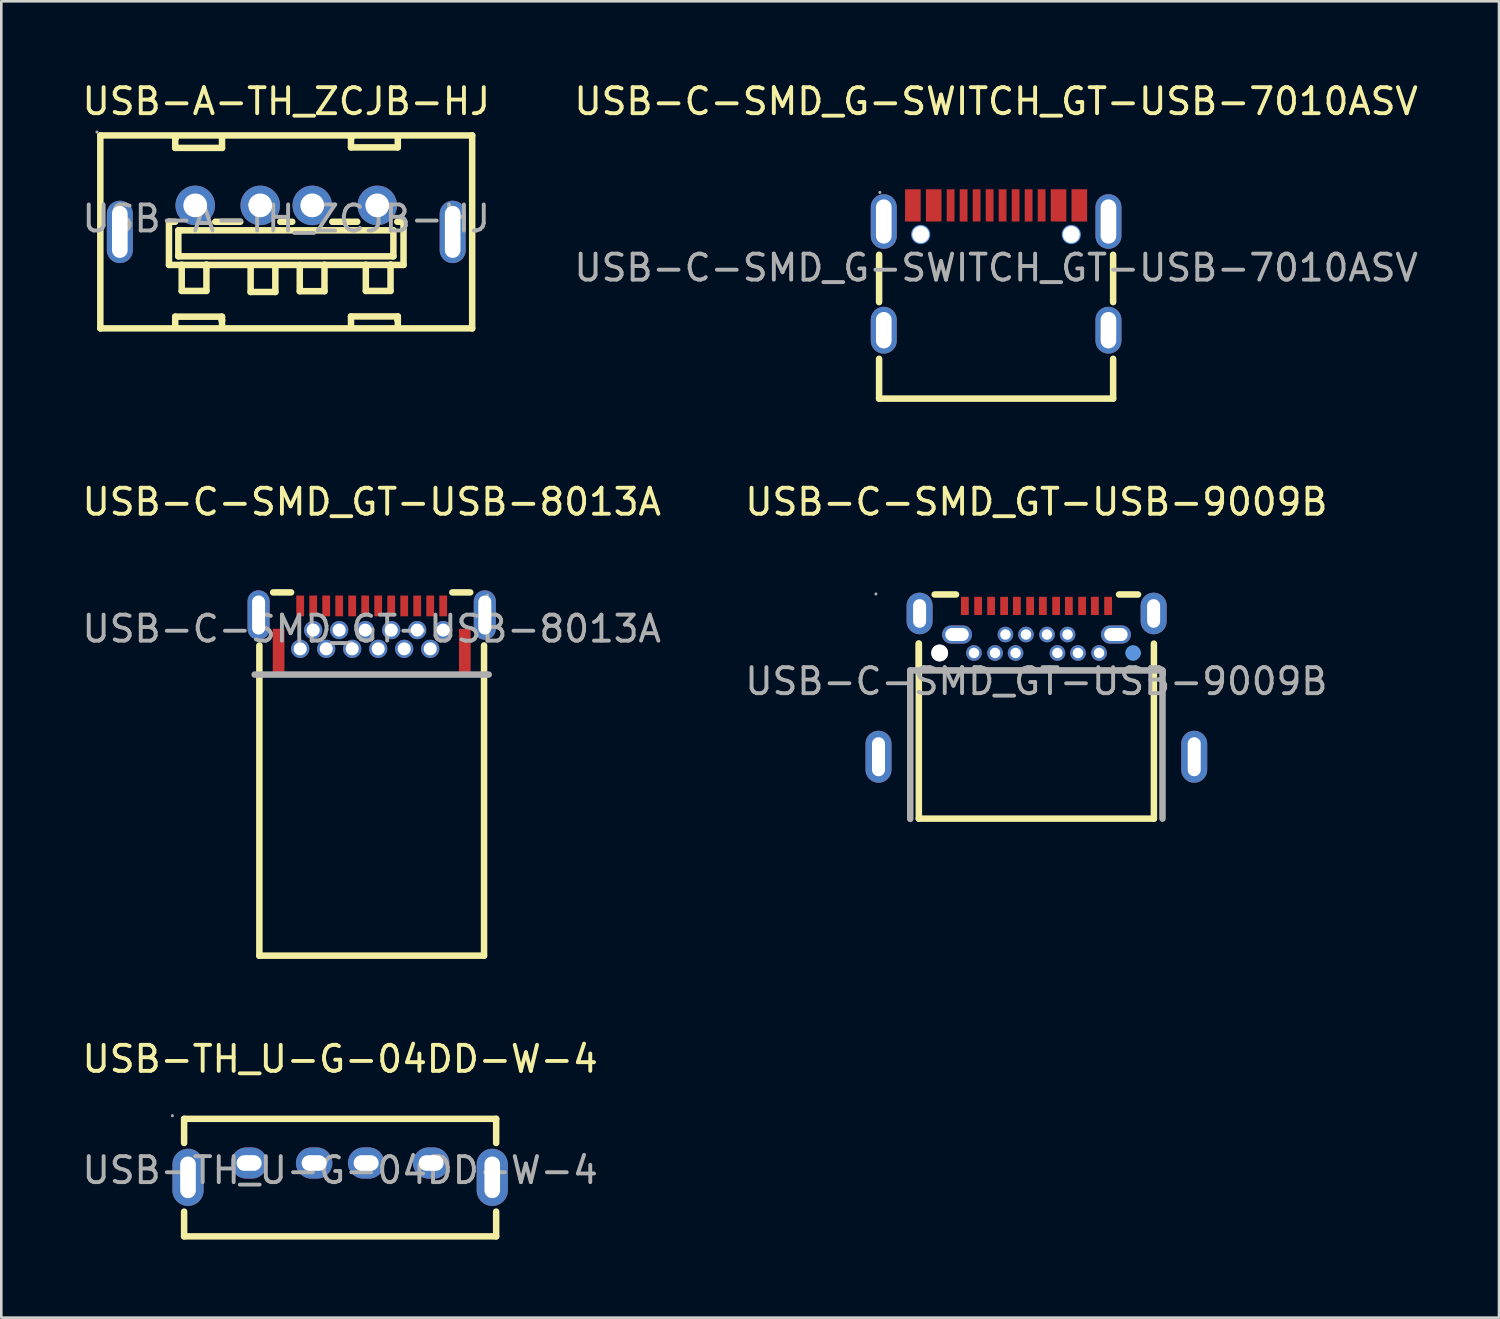
<source format=kicad_pcb>
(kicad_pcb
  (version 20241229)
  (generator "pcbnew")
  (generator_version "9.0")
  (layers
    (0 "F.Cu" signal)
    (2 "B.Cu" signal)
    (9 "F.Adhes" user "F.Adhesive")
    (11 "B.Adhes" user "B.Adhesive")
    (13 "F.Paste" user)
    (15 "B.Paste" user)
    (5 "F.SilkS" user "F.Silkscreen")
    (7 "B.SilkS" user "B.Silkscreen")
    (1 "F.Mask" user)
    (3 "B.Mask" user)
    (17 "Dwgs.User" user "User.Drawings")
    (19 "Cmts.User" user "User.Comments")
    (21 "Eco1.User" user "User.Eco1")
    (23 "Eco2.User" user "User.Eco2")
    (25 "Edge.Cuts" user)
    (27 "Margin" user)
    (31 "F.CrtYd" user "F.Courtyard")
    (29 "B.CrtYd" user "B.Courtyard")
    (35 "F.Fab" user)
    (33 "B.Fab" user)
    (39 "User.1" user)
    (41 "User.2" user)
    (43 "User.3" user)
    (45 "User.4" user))
  (footprint "USB-A-TH_ZCJB-HJ"
    (layer "F.Cu")
    (at 7.958 5.358)
    (property "Reference" "USB-A-TH_ZCJB-HJ" (at 0 -4.51 0) (layer "F.SilkS") (effects (font (size 1 1) (thickness 0.15))))
    (attr through_hole)
    (fp_line (start -7.15 -3.2) (end 7.15 -3.2) (stroke (width 0.25) (type solid)) (layer "F.SilkS"))
    (fp_line (start -7.15 4.22) (end -7.15 -3.2) (stroke (width 0.25) (type solid)) (layer "F.SilkS"))
    (fp_line (start -7.15 4.22) (end 7.15 4.22) (stroke (width 0.25) (type solid)) (layer "F.SilkS"))
    (fp_line (start -4.51 0.12) (end -4.27 0.12) (stroke (width 0.25) (type solid)) (layer "F.SilkS"))
    (fp_line (start -4.51 1.78) (end -4.51 0.12) (stroke (width 0.25) (type solid)) (layer "F.SilkS"))
    (fp_line (start -4.27 -3.09) (end -4.26 -3.09) (stroke (width 0.25) (type solid)) (layer "F.SilkS"))
    (fp_line (start -4.27 -2.72) (end -4.27 -3.09) (stroke (width 0.25) (type solid)) (layer "F.SilkS"))
    (fp_line (start -4.27 3.77) (end -2.47 3.77) (stroke (width 0.25) (type solid)) (layer "F.SilkS"))
    (fp_line (start -4.27 4.11) (end -4.27 3.77) (stroke (width 0.25) (type solid)) (layer "F.SilkS"))
    (fp_line (start -4.26 -3.09) (end -4.27 -3.09) (stroke (width 0.25) (type solid)) (layer "F.SilkS"))
    (fp_line (start -4.15 0.45) (end -4.07 0.45) (stroke (width 0.25) (type solid)) (layer "F.SilkS"))
    (fp_line (start -4.15 1.45) (end -4.15 0.45) (stroke (width 0.25) (type solid)) (layer "F.SilkS"))
    (fp_line (start -4.06 0.45) (end 4.12 0.45) (stroke (width 0.25) (type solid)) (layer "F.SilkS"))
    (fp_line (start -4.02 2.78) (end -4.02 1.77) (stroke (width 0.25) (type solid)) (layer "F.SilkS"))
    (fp_line (start -3.07 1.76) (end -3.07 2.78) (stroke (width 0.25) (type solid)) (layer "F.SilkS"))
    (fp_line (start -3.07 2.78) (end -4.02 2.78) (stroke (width 0.25) (type solid)) (layer "F.SilkS"))
    (fp_line (start -2.73 0.12) (end -1.77 0.12) (stroke (width 0.25) (type solid)) (layer "F.SilkS"))
    (fp_line (start -2.48 3.91) (end -2.47 3.91) (stroke (width 0.25) (type solid)) (layer "F.SilkS"))
    (fp_line (start -2.47 -3.06) (end -2.47 -2.72) (stroke (width 0.25) (type solid)) (layer "F.SilkS"))
    (fp_line (start -2.47 -2.72) (end -4.27 -2.72) (stroke (width 0.25) (type solid)) (layer "F.SilkS"))
    (fp_line (start -2.47 3.77) (end -2.47 4.14) (stroke (width 0.25) (type solid)) (layer "F.SilkS"))
    (fp_line (start -2.47 3.91) (end -2.48 3.91) (stroke (width 0.25) (type solid)) (layer "F.SilkS"))
    (fp_line (start -1.37 2.82) (end -1.37 1.81) (stroke (width 0.25) (type solid)) (layer "F.SilkS"))
    (fp_line (start -0.42 1.8) (end -0.42 2.82) (stroke (width 0.25) (type solid)) (layer "F.SilkS"))
    (fp_line (start -0.42 2.82) (end -1.37 2.82) (stroke (width 0.25) (type solid)) (layer "F.SilkS"))
    (fp_line (start -0.23 0.12) (end 0.23 0.12) (stroke (width 0.25) (type solid)) (layer "F.SilkS"))
    (fp_line (start 0.52 2.79) (end 0.52 1.78) (stroke (width 0.25) (type solid)) (layer "F.SilkS"))
    (fp_line (start 1.47 1.77) (end 1.47 2.79) (stroke (width 0.25) (type solid)) (layer "F.SilkS"))
    (fp_line (start 1.47 2.79) (end 0.52 2.79) (stroke (width 0.25) (type solid)) (layer "F.SilkS"))
    (fp_line (start 1.77 0.12) (end 2.73 0.12) (stroke (width 0.25) (type solid)) (layer "F.SilkS"))
    (fp_line (start 2.49 -3.11) (end 2.5 -3.11) (stroke (width 0.25) (type solid)) (layer "F.SilkS"))
    (fp_line (start 2.49 -2.74) (end 2.49 -3.11) (stroke (width 0.25) (type solid)) (layer "F.SilkS"))
    (fp_line (start 2.49 3.76) (end 4.29 3.76) (stroke (width 0.25) (type solid)) (layer "F.SilkS"))
    (fp_line (start 2.49 4.1) (end 2.49 3.76) (stroke (width 0.25) (type solid)) (layer "F.SilkS"))
    (fp_line (start 2.5 -3.11) (end 2.49 -3.11) (stroke (width 0.25) (type solid)) (layer "F.SilkS"))
    (fp_line (start 3.06 2.78) (end 3.06 1.77) (stroke (width 0.25) (type solid)) (layer "F.SilkS"))
    (fp_line (start 4.01 1.76) (end 4.01 2.78) (stroke (width 0.25) (type solid)) (layer "F.SilkS"))
    (fp_line (start 4.01 2.78) (end 3.06 2.78) (stroke (width 0.25) (type solid)) (layer "F.SilkS"))
    (fp_line (start 4.12 0.45) (end 4.12 1.45) (stroke (width 0.25) (type solid)) (layer "F.SilkS"))
    (fp_line (start 4.12 1.45) (end -4.15 1.45) (stroke (width 0.25) (type solid)) (layer "F.SilkS"))
    (fp_line (start 4.27 0.12) (end 4.51 0.12) (stroke (width 0.25) (type solid)) (layer "F.SilkS"))
    (fp_line (start 4.28 3.89) (end 4.29 3.89) (stroke (width 0.25) (type solid)) (layer "F.SilkS"))
    (fp_line (start 4.29 -3.08) (end 4.29 -2.74) (stroke (width 0.25) (type solid)) (layer "F.SilkS"))
    (fp_line (start 4.29 -2.74) (end 2.49 -2.74) (stroke (width 0.25) (type solid)) (layer "F.SilkS"))
    (fp_line (start 4.29 3.76) (end 4.29 4.13) (stroke (width 0.25) (type solid)) (layer "F.SilkS"))
    (fp_line (start 4.29 3.89) (end 4.28 3.89) (stroke (width 0.25) (type solid)) (layer "F.SilkS"))
    (fp_line (start 4.51 0.11) (end 4.51 1.78) (stroke (width 0.25) (type solid)) (layer "F.SilkS"))
    (fp_line (start 4.51 1.78) (end -4.51 1.78) (stroke (width 0.25) (type solid)) (layer "F.SilkS"))
    (fp_line (start 7.15 -3.2) (end 7.15 4.22) (stroke (width 0.25) (type solid)) (layer "F.SilkS"))
    (fp_circle (center -7.28 -3.33) (end -7.25 -3.33) (stroke (width 0.06) (type solid)) (fill no) (layer "F.Fab"))
    (fp_circle (center -3.5 -0.51) (end -3.32 -0.51) (stroke (width 0.36) (type solid)) (fill no) (layer "F.Fab"))
    (fp_circle (center -1 -0.51) (end -0.82 -0.51) (stroke (width 0.36) (type solid)) (fill no) (layer "F.Fab"))
    (fp_circle (center 1 -0.51) (end 1.18 -0.51) (stroke (width 0.36) (type solid)) (fill no) (layer "F.Fab"))
    (fp_circle (center 3.5 -0.51) (end 3.68 -0.51) (stroke (width 0.36) (type solid)) (fill no) (layer "F.Fab"))
    (fp_text user "${REFERENCE}" (at 0 0 0) (layer "F.Fab") (effects (font (size 1 1) (thickness 0.15))))
    (pad "1" thru_hole circle (at -3.5 -0.51) (size 1.52 1.52) (drill 0.914) (layers "*.Cu" "*.Mask"))
    (pad "2" thru_hole circle (at -1 -0.51) (size 1.52 1.52) (drill 0.914) (layers "*.Cu" "*.Mask"))
    (pad "3" thru_hole circle (at 1 -0.51) (size 1.52 1.52) (drill 0.914) (layers "*.Cu" "*.Mask"))
    (pad "4" thru_hole circle (at 3.5 -0.51) (size 1.52 1.52) (drill 0.914) (layers "*.Cu" "*.Mask"))
    (pad "5" thru_hole oval (at -6.4 0.51 270) (size 2.4 1) (drill oval 2 0.6) (layers "*.Cu" "*.Mask"))
    (pad "6" thru_hole oval (at 6.4 0.51 90) (size 2.4 1) (drill oval 2 0.6) (layers "*.Cu" "*.Mask")))
  (footprint "USB-C-SMD_GT-USB-8013A"
    (layer "F.Cu")
    (at 11.244 21.131)
    (property "Reference" "USB-C-SMD_GT-USB-8013A" (at 0 -4.88 0) (layer "F.SilkS") (effects (font (size 1 1) (thickness 0.15))))
    (attr smd)
    (fp_line (start -4.32 0.64) (end -4.32 12.57) (stroke (width 0.25) (type solid)) (layer "F.SilkS"))
    (fp_line (start -4.32 12.57) (end 4.32 12.57) (stroke (width 0.25) (type solid)) (layer "F.SilkS"))
    (fp_line (start -3.79 -1.4) (end -3.1 -1.4) (stroke (width 0.25) (type solid)) (layer "F.SilkS"))
    (fp_line (start 3.1 -1.4) (end 3.79 -1.4) (stroke (width 0.25) (type solid)) (layer "F.SilkS"))
    (fp_line (start 4.32 12.57) (end 4.32 0.64) (stroke (width 0.25) (type solid)) (layer "F.SilkS"))
    (fp_line (start 4.5 1.76) (end -4.5 1.76) (stroke (width 0.25) (type solid)) (layer "F.Fab"))
    (fp_circle (center 4.45 -1.29) (end 4.48 -1.29) (stroke (width 0.06) (type solid)) (fill no) (layer "F.Fab"))
    (fp_text user "${REFERENCE}" (at 0 0 0) (layer "F.Fab") (effects (font (size 1 1) (thickness 0.15))))
    (pad "2" thru_hole oval (at -4.35 -0.53) (size 0.85 1.9) (drill oval 0.5 1.5) (layers "*.Cu" "*.Mask"))
    (pad "2" smd rect (at -3.58 0.88) (size 0.45 1.76) (layers "F.Cu" "F.Mask" "F.Paste"))
    (pad "3" smd rect (at 3.58 0.88) (size 0.45 1.76) (layers "F.Cu" "F.Mask" "F.Paste"))
    (pad "3" thru_hole oval (at 4.35 -0.53) (size 0.85 1.9) (drill oval 0.5 1.5) (layers "*.Cu" "*.Mask"))
    (pad "A1" smd rect (at 2.75 -0.88) (size 0.3 0.8) (layers "F.Cu" "F.Mask" "F.Paste"))
    (pad "A2" smd rect (at 2.25 -0.88) (size 0.3 0.8) (layers "F.Cu" "F.Mask" "F.Paste"))
    (pad "A3" smd rect (at 1.75 -0.88) (size 0.3 0.8) (layers "F.Cu" "F.Mask" "F.Paste"))
    (pad "A4" smd rect (at 1.25 -0.88) (size 0.3 0.8) (layers "F.Cu" "F.Mask" "F.Paste"))
    (pad "A5" smd rect (at 0.75 -0.88) (size 0.3 0.8) (layers "F.Cu" "F.Mask" "F.Paste"))
    (pad "A6" smd rect (at 0.25 -0.88) (size 0.3 0.8) (layers "F.Cu" "F.Mask" "F.Paste"))
    (pad "A7" smd rect (at -0.25 -0.88) (size 0.3 0.8) (layers "F.Cu" "F.Mask" "F.Paste"))
    (pad "A8" smd rect (at -0.75 -0.88) (size 0.3 0.8) (layers "F.Cu" "F.Mask" "F.Paste"))
    (pad "A9" smd rect (at -1.25 -0.88) (size 0.3 0.8) (layers "F.Cu" "F.Mask" "F.Paste"))
    (pad "A10" smd rect (at -1.75 -0.88) (size 0.3 0.8) (layers "F.Cu" "F.Mask" "F.Paste"))
    (pad "A11" smd rect (at -2.25 -0.88) (size 0.3 0.8) (layers "F.Cu" "F.Mask" "F.Paste"))
    (pad "A12" smd rect (at -2.75 -0.88) (size 0.3 0.8) (layers "F.Cu" "F.Mask" "F.Paste"))
    (pad "B1" thru_hole circle (at -2.75 0.77) (size 0.7 0.7) (drill 0.5) (layers "*.Cu" "*.Mask"))
    (pad "B2" thru_hole circle (at -2.25 0.05) (size 0.7 0.7) (drill 0.5) (layers "*.Cu" "*.Mask"))
    (pad "B3" thru_hole circle (at -1.75 0.77) (size 0.7 0.7) (drill 0.5) (layers "*.Cu" "*.Mask"))
    (pad "B4" thru_hole circle (at -1.25 0.05) (size 0.7 0.7) (drill 0.5) (layers "*.Cu" "*.Mask"))
    (pad "B5" thru_hole circle (at -0.75 0.77) (size 0.7 0.7) (drill 0.5) (layers "*.Cu" "*.Mask"))
    (pad "B6" thru_hole circle (at -0.25 0.05) (size 0.7 0.7) (drill 0.5) (layers "*.Cu" "*.Mask"))
    (pad "B7" thru_hole circle (at 0.25 0.77) (size 0.7 0.7) (drill 0.5) (layers "*.Cu" "*.Mask"))
    (pad "B8" thru_hole circle (at 0.75 0.05) (size 0.7 0.7) (drill 0.5) (layers "*.Cu" "*.Mask"))
    (pad "B9" thru_hole circle (at 1.25 0.77) (size 0.7 0.7) (drill 0.5) (layers "*.Cu" "*.Mask"))
    (pad "B10" thru_hole circle (at 1.75 0.05) (size 0.7 0.7) (drill 0.5) (layers "*.Cu" "*.Mask"))
    (pad "B11" thru_hole circle (at 2.25 0.77) (size 0.7 0.7) (drill 0.5) (layers "*.Cu" "*.Mask"))
    (pad "B12" thru_hole circle (at 2.75 0.05) (size 0.7 0.7) (drill 0.5) (layers "*.Cu" "*.Mask")))
  (footprint "USB-TH_U-G-04DD-W-4"
    (layer "F.Cu")
    (at 10.03 41.955)
    (property "Reference" "USB-TH_U-G-04DD-W-4" (at 0 -4.28 0) (layer "F.SilkS") (effects (font (size 1 1) (thickness 0.15))))
    (attr through_hole)
    (fp_line (start -6 -1.98) (end -6 -1.05) (stroke (width 0.25) (type solid)) (layer "F.SilkS"))
    (fp_line (start -6 1.59) (end -6 2.54) (stroke (width 0.25) (type solid)) (layer "F.SilkS"))
    (fp_line (start 6 -1.98) (end -6 -1.98) (stroke (width 0.25) (type solid)) (layer "F.SilkS"))
    (fp_line (start 6 -1.98) (end 6 -1.05) (stroke (width 0.25) (type solid)) (layer "F.SilkS"))
    (fp_line (start 6 1.59) (end 6 2.54) (stroke (width 0.25) (type solid)) (layer "F.SilkS"))
    (fp_line (start 6 2.54) (end -6 2.54) (stroke (width 0.25) (type solid)) (layer "F.SilkS"))
    (fp_circle (center -6.45 -2.1) (end -6.42 -2.1) (stroke (width 0.06) (type solid)) (fill no) (layer "F.Fab"))
    (fp_text user "${REFERENCE}" (at 0 0 0) (layer "F.Fab") (effects (font (size 1 1) (thickness 0.15))))
    (pad "1" thru_hole oval (at -3.5 -0.28) (size 1.4 1.2) (drill oval 0.96 0.6) (layers "*.Cu" "*.Mask"))
    (pad "2" thru_hole oval (at -1 -0.28) (size 1.4 1.2) (drill oval 0.96 0.6) (layers "*.Cu" "*.Mask"))
    (pad "3" thru_hole oval (at 1 -0.28) (size 1.4 1.2) (drill oval 0.96 0.6) (layers "*.Cu" "*.Mask"))
    (pad "4" thru_hole oval (at 3.5 -0.28) (size 1.4 1.2) (drill oval 0.96 0.6) (layers "*.Cu" "*.Mask"))
    (pad "5" thru_hole oval (at -5.85 0.27) (size 1.2 2.2) (drill oval 0.6 1.6) (layers "*.Cu" "*.Mask"))
    (pad "6" thru_hole oval (at 5.85 0.27) (size 1.2 2.2) (drill oval 0.6 1.6) (layers "*.Cu" "*.Mask")))
  (footprint "USB-C-SMD_G-SWITCH_GT-USB-7010ASV"
    (layer "F.Cu")
    (at 35.256 7.248)
    (property "Reference" "USB-C-SMD_G-SWITCH_GT-USB-7010ASV" (at 0 -6.4 0) (layer "F.SilkS") (effects (font (size 1 1) (thickness 0.15))))
    (attr through_hole)
    (fp_line (start -4.5 1.32) (end -4.5 -0.5) (stroke (width 0.25) (type solid)) (layer "F.SilkS"))
    (fp_line (start -4.5 5.03) (end -4.5 3.5) (stroke (width 0.25) (type solid)) (layer "F.SilkS"))
    (fp_line (start 4.5 1.32) (end 4.5 -0.5) (stroke (width 0.25) (type solid)) (layer "F.SilkS"))
    (fp_line (start 4.5 5.03) (end -4.5 5.03) (stroke (width 0.25) (type solid)) (layer "F.SilkS"))
    (fp_line (start 4.5 5.03) (end 4.5 3.5) (stroke (width 0.25) (type solid)) (layer "F.SilkS"))
    (fp_circle (center -2.9 -1.28) (end -2.78 -1.28) (stroke (width 0.25) (type solid)) (fill no) (layer "Cmts.User"))
    (fp_circle (center 2.89 -1.28) (end 3.01 -1.28) (stroke (width 0.25) (type solid)) (fill no) (layer "Cmts.User"))
    (fp_circle (center -4.47 -2.9) (end -4.44 -2.9) (stroke (width 0.06) (type solid)) (fill no) (layer "F.Fab"))
    (fp_text user "${REFERENCE}" (at 0 0 0) (layer "F.Fab") (effects (font (size 1 1) (thickness 0.15))))
    (pad "" np_thru_hole circle (at -2.9 -1.28) (size 0.65 0.65) (drill 0.65) (layers "*.Cu" "*.Mask"))
    (pad "" np_thru_hole circle (at 2.89 -1.28) (size 0.65 0.65) (drill 0.65) (layers "*.Cu" "*.Mask"))
    (pad "1" thru_hole oval (at -4.32 -1.78) (size 1 2.1) (drill oval 0.6 1.7) (layers "*.Cu" "*.Mask"))
    (pad "2" thru_hole oval (at 4.32 -1.78) (size 1 2.1) (drill oval 0.6 1.7) (layers "*.Cu" "*.Mask"))
    (pad "3" thru_hole oval (at 4.32 2.4) (size 1 1.8) (drill oval 0.6 1.4) (layers "*.Cu" "*.Mask"))
    (pad "4" thru_hole oval (at -4.32 2.4) (size 1 1.8) (drill oval 0.6 1.4) (layers "*.Cu" "*.Mask"))
    (pad "A1B12" smd rect (at -3.2 -2.4) (size 0.6 1.24) (layers "F.Cu" "F.Mask" "F.Paste"))
    (pad "A4B9" smd rect (at -2.4 -2.4) (size 0.6 1.24) (layers "F.Cu" "F.Mask" "F.Paste"))
    (pad "A5" smd rect (at -1.25 -2.4) (size 0.3 1.24) (layers "F.Cu" "F.Mask" "F.Paste"))
    (pad "A6" smd rect (at -0.25 -2.4) (size 0.3 1.24) (layers "F.Cu" "F.Mask" "F.Paste"))
    (pad "A7" smd rect (at 0.25 -2.4) (size 0.3 1.24) (layers "F.Cu" "F.Mask" "F.Paste"))
    (pad "A8" smd rect (at 1.25 -2.4) (size 0.3 1.24) (layers "F.Cu" "F.Mask" "F.Paste"))
    (pad "B1A12" smd rect (at 3.2 -2.4) (size 0.6 1.24) (layers "F.Cu" "F.Mask" "F.Paste"))
    (pad "B4A9" smd rect (at 2.4 -2.4) (size 0.6 1.24) (layers "F.Cu" "F.Mask" "F.Paste"))
    (pad "B5" smd rect (at 1.75 -2.4) (size 0.3 1.24) (layers "F.Cu" "F.Mask" "F.Paste"))
    (pad "B6" smd rect (at 0.75 -2.4) (size 0.3 1.24) (layers "F.Cu" "F.Mask" "F.Paste"))
    (pad "B7" smd rect (at -0.75 -2.4) (size 0.3 1.24) (layers "F.Cu" "F.Mask" "F.Paste"))
    (pad "B8" smd rect (at -1.75 -2.4) (size 0.3 1.24) (layers "F.Cu" "F.Mask" "F.Paste")))
  (footprint "USB-C-SMD_GT-USB-9009B"
    (layer "F.Cu")
    (at 36.804 23.151)
    (property "Reference" "USB-C-SMD_GT-USB-9009B" (at 0 -6.9 0) (layer "F.SilkS") (effects (font (size 1 1) (thickness 0.15))))
    (attr smd)
    (fp_line (start -4.52 -1.45) (end -4.52 5.28) (stroke (width 0.25) (type solid)) (layer "F.SilkS"))
    (fp_line (start -4.52 -0.49) (end -4.52 -1.45) (stroke (width 0.25) (type solid)) (layer "F.SilkS"))
    (fp_line (start -4.52 5.28) (end 4.52 5.28) (stroke (width 0.25) (type solid)) (layer "F.SilkS"))
    (fp_line (start -3.91 -3.34) (end -3.09 -3.34) (stroke (width 0.25) (type solid)) (layer "F.SilkS"))
    (fp_line (start 3.18 -3.34) (end 3.91 -3.34) (stroke (width 0.25) (type solid)) (layer "F.SilkS"))
    (fp_line (start 4.52 -1.45) (end 4.52 5.28) (stroke (width 0.25) (type solid)) (layer "F.SilkS"))
    (fp_circle (center -3.72 -1.09) (end -3.58 -1.09) (stroke (width 0.28) (type solid)) (fill no) (layer "Cmts.User"))
    (fp_circle (center -3.72 -1.09) (end -3.57 -1.09) (stroke (width 0.3) (type solid)) (fill no) (layer "Cmts.User"))
    (fp_circle (center 3.72 -1.09) (end 3.86 -1.09) (stroke (width 0.28) (type solid)) (fill no) (layer "Cmts.User"))
    (fp_circle (center 3.72 -1.09) (end 3.87 -1.09) (stroke (width 0.3) (type solid)) (fill no) (layer "Cmts.User"))
    (fp_line (start -4.85 -0.42) (end -4.85 5.29) (stroke (width 0.25) (type solid)) (layer "F.Fab"))
    (fp_line (start -4.85 -0.42) (end 4.85 -0.42) (stroke (width 0.25) (type solid)) (layer "F.Fab"))
    (fp_line (start 4.85 -0.42) (end 4.85 5.28) (stroke (width 0.25) (type solid)) (layer "F.Fab"))
    (fp_circle (center -6.17 -3.36) (end -6.14 -3.36) (stroke (width 0.06) (type solid)) (fill no) (layer "F.Fab"))
    (fp_text user "${REFERENCE}" (at 0 0 0) (layer "F.Fab") (effects (font (size 1 1) (thickness 0.15))))
    (pad "" thru_hole circle (at -3.72 -1.09) (size 0.65 0.65) (drill 0.65) (layers "*.Cu" "*.Mask"))
    (pad "2" thru_hole oval (at 4.51 -2.61 180) (size 1 1.6) (drill oval 0.5 1.1) (layers "*.Cu" "*.Mask"))
    (pad "3" thru_hole oval (at 6.07 2.9 180) (size 1 2) (drill oval 0.5 1.5) (layers "*.Cu" "*.Mask"))
    (pad "4" thru_hole oval (at -6.07 2.9 180) (size 1 2) (drill oval 0.5 1.5) (layers "*.Cu" "*.Mask"))
    (pad "5" thru_hole oval (at -4.49 -2.61 180) (size 1 1.6) (drill oval 0.5 1.1) (layers "*.Cu" "*.Mask"))
    (pad "A1" smd rect (at -2.75 -2.9) (size 0.3 0.7) (layers "F.Cu" "F.Mask" "F.Paste"))
    (pad "A2" smd rect (at -2.24 -2.9) (size 0.3 0.7) (layers "F.Cu" "F.Mask" "F.Paste"))
    (pad "A3" smd rect (at -1.74 -2.9) (size 0.3 0.7) (layers "F.Cu" "F.Mask" "F.Paste"))
    (pad "A4" smd rect (at -1.24 -2.9) (size 0.3 0.7) (layers "F.Cu" "F.Mask" "F.Paste"))
    (pad "A5" smd rect (at -0.75 -2.9) (size 0.3 0.7) (layers "F.Cu" "F.Mask" "F.Paste"))
    (pad "A6" smd rect (at -0.24 -2.9) (size 0.3 0.7) (layers "F.Cu" "F.Mask" "F.Paste"))
    (pad "A7" smd rect (at 0.25 -2.9) (size 0.3 0.7) (layers "F.Cu" "F.Mask" "F.Paste"))
    (pad "A8" smd rect (at 0.76 -2.9) (size 0.3 0.7) (layers "F.Cu" "F.Mask" "F.Paste"))
    (pad "A9" smd rect (at 1.25 -2.9) (size 0.3 0.7) (layers "F.Cu" "F.Mask" "F.Paste"))
    (pad "A10" smd rect (at 1.76 -2.9) (size 0.3 0.7) (layers "F.Cu" "F.Mask" "F.Paste"))
    (pad "A11" smd rect (at 2.25 -2.9) (size 0.3 0.7) (layers "F.Cu" "F.Mask" "F.Paste"))
    (pad "A12" smd rect (at 2.76 -2.9) (size 0.3 0.7) (layers "F.Cu" "F.Mask" "F.Paste"))
    (pad "B1" thru_hole oval (at 3.06 -1.8 90) (size 0.7 1.15) (drill oval 0.5 0.9) (layers "*.Cu" "*.Mask"))
    (pad "B2" thru_hole circle (at 2.41 -1.09 90) (size 0.6 0.6) (drill 0.4) (layers "*.Cu" "*.Mask"))
    (pad "B3" thru_hole circle (at 1.6 -1.09 90) (size 0.6 0.6) (drill 0.4) (layers "*.Cu" "*.Mask"))
    (pad "B4" thru_hole circle (at 1.2 -1.8 90) (size 0.6 0.6) (drill 0.4) (layers "*.Cu" "*.Mask"))
    (pad "B5" thru_hole circle (at 0.81 -1.09 90) (size 0.6 0.6) (drill 0.4) (layers "*.Cu" "*.Mask"))
    (pad "B6" thru_hole circle (at 0.41 -1.8 90) (size 0.6 0.6) (drill 0.4) (layers "*.Cu" "*.Mask"))
    (pad "B7" thru_hole circle (at -0.4 -1.8 90) (size 0.6 0.6) (drill 0.4) (layers "*.Cu" "*.Mask"))
    (pad "B8" thru_hole circle (at -0.8 -1.09 90) (size 0.6 0.6) (drill 0.4) (layers "*.Cu" "*.Mask"))
    (pad "B9" thru_hole circle (at -1.19 -1.8 90) (size 0.6 0.6) (drill 0.4) (layers "*.Cu" "*.Mask"))
    (pad "B10" thru_hole circle (at -1.59 -1.09 90) (size 0.6 0.6) (drill 0.4) (layers "*.Cu" "*.Mask"))
    (pad "B11" thru_hole circle (at -2.4 -1.09 90) (size 0.6 0.6) (drill 0.4) (layers "*.Cu" "*.Mask"))
    (pad "B12" thru_hole oval (at -3.05 -1.8 90) (size 0.7 1.15) (drill oval 0.5 0.9) (layers "*.Cu" "*.Mask")))
  (gr_rect
    (start -3 -3)
    (end 54.595 47.62)
    (stroke (width 0.1) (type default))
    (fill no)
    (layer "Edge.Cuts")))
</source>
